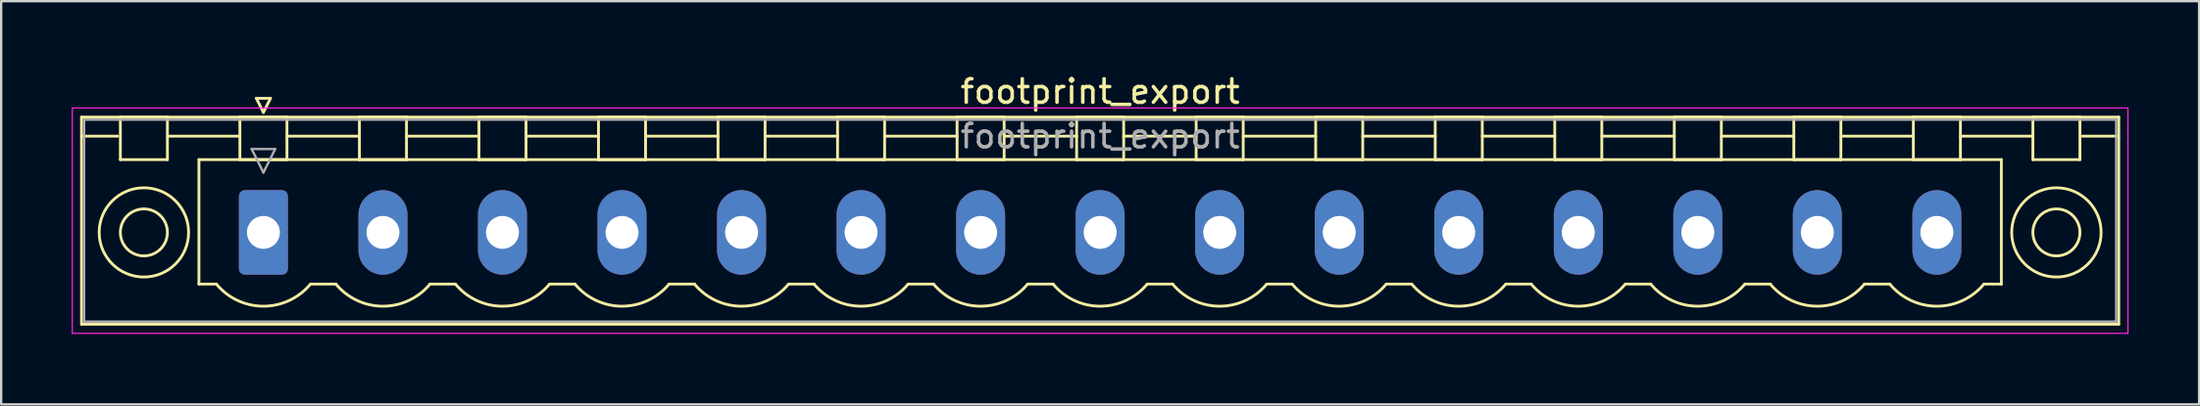
<source format=kicad_pcb>
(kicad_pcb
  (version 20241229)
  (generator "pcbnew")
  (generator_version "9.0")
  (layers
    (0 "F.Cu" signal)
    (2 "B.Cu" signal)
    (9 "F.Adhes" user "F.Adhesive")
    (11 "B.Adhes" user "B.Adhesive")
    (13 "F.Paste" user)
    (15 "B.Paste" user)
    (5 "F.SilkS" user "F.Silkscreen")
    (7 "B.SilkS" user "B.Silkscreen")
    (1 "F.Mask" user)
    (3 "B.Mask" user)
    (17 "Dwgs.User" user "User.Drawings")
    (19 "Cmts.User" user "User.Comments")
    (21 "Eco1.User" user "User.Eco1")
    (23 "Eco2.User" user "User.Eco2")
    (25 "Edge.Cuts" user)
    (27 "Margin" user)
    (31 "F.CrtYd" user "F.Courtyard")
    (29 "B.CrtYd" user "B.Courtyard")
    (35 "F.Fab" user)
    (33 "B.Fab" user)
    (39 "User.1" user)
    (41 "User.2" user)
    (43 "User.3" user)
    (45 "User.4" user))
  (footprint "footprint_export"
    (layer "F.Cu")
    (at 8.145 6.848)
    (property "Reference" "footprint_export" (at 35.56 -6 0) (layer "F.SilkS") (effects (font (size 1 1) (thickness 0.15))))
    (attr through_hole)
    (fp_line (start -7.73 -4.91) (end -7.73 3.91) (stroke (width 0.12) (type solid)) (layer "F.SilkS"))
    (fp_line (start -7.73 -4.1) (end -6.19 -4.1) (stroke (width 0.12) (type solid)) (layer "F.SilkS"))
    (fp_line (start -7.73 3.91) (end 78.85 3.91) (stroke (width 0.12) (type solid)) (layer "F.SilkS"))
    (fp_line (start -6.08 -4.91) (end -4.08 -4.91) (stroke (width 0.12) (type solid)) (layer "F.SilkS"))
    (fp_line (start -6.08 -3.1) (end -6.08 -4.91) (stroke (width 0.12) (type solid)) (layer "F.SilkS"))
    (fp_line (start -4.08 -4.91) (end -4.08 -3.1) (stroke (width 0.12) (type solid)) (layer "F.SilkS"))
    (fp_line (start -4.08 -4.1) (end -1 -4.1) (stroke (width 0.12) (type solid)) (layer "F.SilkS"))
    (fp_line (start -4.08 -3.1) (end -6.08 -3.1) (stroke (width 0.12) (type solid)) (layer "F.SilkS"))
    (fp_line (start -2.74 -3.1) (end 73.86 -3.1) (stroke (width 0.12) (type solid)) (layer "F.SilkS"))
    (fp_line (start -2.74 2.2) (end -2.74 -3.1) (stroke (width 0.12) (type solid)) (layer "F.SilkS"))
    (fp_line (start -2 2.2) (end -2.74 2.2) (stroke (width 0.12) (type solid)) (layer "F.SilkS"))
    (fp_line (start -1 -4.91) (end 1 -4.91) (stroke (width 0.12) (type solid)) (layer "F.SilkS"))
    (fp_line (start -1 -3.1) (end -1 -4.91) (stroke (width 0.12) (type solid)) (layer "F.SilkS"))
    (fp_line (start -0.3 -5.71) (end 0.3 -5.71) (stroke (width 0.12) (type solid)) (layer "F.SilkS"))
    (fp_line (start 0 -5.11) (end -0.3 -5.71) (stroke (width 0.12) (type solid)) (layer "F.SilkS"))
    (fp_line (start 0.3 -5.71) (end 0 -5.11) (stroke (width 0.12) (type solid)) (layer "F.SilkS"))
    (fp_line (start 1 -4.91) (end 1 -3.1) (stroke (width 0.12) (type solid)) (layer "F.SilkS"))
    (fp_line (start 1 -4.1) (end 4.08 -4.1) (stroke (width 0.12) (type solid)) (layer "F.SilkS"))
    (fp_line (start 1 -3.1) (end -1 -3.1) (stroke (width 0.12) (type solid)) (layer "F.SilkS"))
    (fp_line (start 2 2.2) (end 3.08 2.2) (stroke (width 0.12) (type solid)) (layer "F.SilkS"))
    (fp_line (start 4.08 -4.91) (end 6.08 -4.91) (stroke (width 0.12) (type solid)) (layer "F.SilkS"))
    (fp_line (start 4.08 -3.1) (end 4.08 -4.91) (stroke (width 0.12) (type solid)) (layer "F.SilkS"))
    (fp_line (start 6.08 -4.91) (end 6.08 -3.1) (stroke (width 0.12) (type solid)) (layer "F.SilkS"))
    (fp_line (start 6.08 -4.1) (end 9.16 -4.1) (stroke (width 0.12) (type solid)) (layer "F.SilkS"))
    (fp_line (start 6.08 -3.1) (end 4.08 -3.1) (stroke (width 0.12) (type solid)) (layer "F.SilkS"))
    (fp_line (start 7.08 2.2) (end 8.16 2.2) (stroke (width 0.12) (type solid)) (layer "F.SilkS"))
    (fp_line (start 9.16 -4.91) (end 11.16 -4.91) (stroke (width 0.12) (type solid)) (layer "F.SilkS"))
    (fp_line (start 9.16 -3.1) (end 9.16 -4.91) (stroke (width 0.12) (type solid)) (layer "F.SilkS"))
    (fp_line (start 11.16 -4.91) (end 11.16 -3.1) (stroke (width 0.12) (type solid)) (layer "F.SilkS"))
    (fp_line (start 11.16 -4.1) (end 14.24 -4.1) (stroke (width 0.12) (type solid)) (layer "F.SilkS"))
    (fp_line (start 11.16 -3.1) (end 9.16 -3.1) (stroke (width 0.12) (type solid)) (layer "F.SilkS"))
    (fp_line (start 12.16 2.2) (end 13.24 2.2) (stroke (width 0.12) (type solid)) (layer "F.SilkS"))
    (fp_line (start 14.24 -4.91) (end 16.24 -4.91) (stroke (width 0.12) (type solid)) (layer "F.SilkS"))
    (fp_line (start 14.24 -3.1) (end 14.24 -4.91) (stroke (width 0.12) (type solid)) (layer "F.SilkS"))
    (fp_line (start 16.24 -4.91) (end 16.24 -3.1) (stroke (width 0.12) (type solid)) (layer "F.SilkS"))
    (fp_line (start 16.24 -4.1) (end 19.32 -4.1) (stroke (width 0.12) (type solid)) (layer "F.SilkS"))
    (fp_line (start 16.24 -3.1) (end 14.24 -3.1) (stroke (width 0.12) (type solid)) (layer "F.SilkS"))
    (fp_line (start 17.24 2.2) (end 18.32 2.2) (stroke (width 0.12) (type solid)) (layer "F.SilkS"))
    (fp_line (start 19.32 -4.91) (end 21.32 -4.91) (stroke (width 0.12) (type solid)) (layer "F.SilkS"))
    (fp_line (start 19.32 -3.1) (end 19.32 -4.91) (stroke (width 0.12) (type solid)) (layer "F.SilkS"))
    (fp_line (start 21.32 -4.91) (end 21.32 -3.1) (stroke (width 0.12) (type solid)) (layer "F.SilkS"))
    (fp_line (start 21.32 -4.1) (end 24.4 -4.1) (stroke (width 0.12) (type solid)) (layer "F.SilkS"))
    (fp_line (start 21.32 -3.1) (end 19.32 -3.1) (stroke (width 0.12) (type solid)) (layer "F.SilkS"))
    (fp_line (start 22.32 2.2) (end 23.4 2.2) (stroke (width 0.12) (type solid)) (layer "F.SilkS"))
    (fp_line (start 24.4 -4.91) (end 26.4 -4.91) (stroke (width 0.12) (type solid)) (layer "F.SilkS"))
    (fp_line (start 24.4 -3.1) (end 24.4 -4.91) (stroke (width 0.12) (type solid)) (layer "F.SilkS"))
    (fp_line (start 26.4 -4.91) (end 26.4 -3.1) (stroke (width 0.12) (type solid)) (layer "F.SilkS"))
    (fp_line (start 26.4 -4.1) (end 29.48 -4.1) (stroke (width 0.12) (type solid)) (layer "F.SilkS"))
    (fp_line (start 26.4 -3.1) (end 24.4 -3.1) (stroke (width 0.12) (type solid)) (layer "F.SilkS"))
    (fp_line (start 27.4 2.2) (end 28.48 2.2) (stroke (width 0.12) (type solid)) (layer "F.SilkS"))
    (fp_line (start 29.48 -4.91) (end 31.48 -4.91) (stroke (width 0.12) (type solid)) (layer "F.SilkS"))
    (fp_line (start 29.48 -3.1) (end 29.48 -4.91) (stroke (width 0.12) (type solid)) (layer "F.SilkS"))
    (fp_line (start 31.48 -4.91) (end 31.48 -3.1) (stroke (width 0.12) (type solid)) (layer "F.SilkS"))
    (fp_line (start 31.48 -4.1) (end 34.56 -4.1) (stroke (width 0.12) (type solid)) (layer "F.SilkS"))
    (fp_line (start 31.48 -3.1) (end 29.48 -3.1) (stroke (width 0.12) (type solid)) (layer "F.SilkS"))
    (fp_line (start 32.48 2.2) (end 33.56 2.2) (stroke (width 0.12) (type solid)) (layer "F.SilkS"))
    (fp_line (start 34.56 -4.91) (end 36.56 -4.91) (stroke (width 0.12) (type solid)) (layer "F.SilkS"))
    (fp_line (start 34.56 -3.1) (end 34.56 -4.91) (stroke (width 0.12) (type solid)) (layer "F.SilkS"))
    (fp_line (start 36.56 -4.91) (end 36.56 -3.1) (stroke (width 0.12) (type solid)) (layer "F.SilkS"))
    (fp_line (start 36.56 -4.1) (end 39.64 -4.1) (stroke (width 0.12) (type solid)) (layer "F.SilkS"))
    (fp_line (start 36.56 -3.1) (end 34.56 -3.1) (stroke (width 0.12) (type solid)) (layer "F.SilkS"))
    (fp_line (start 37.56 2.2) (end 38.64 2.2) (stroke (width 0.12) (type solid)) (layer "F.SilkS"))
    (fp_line (start 39.64 -4.91) (end 41.64 -4.91) (stroke (width 0.12) (type solid)) (layer "F.SilkS"))
    (fp_line (start 39.64 -3.1) (end 39.64 -4.91) (stroke (width 0.12) (type solid)) (layer "F.SilkS"))
    (fp_line (start 41.64 -4.91) (end 41.64 -3.1) (stroke (width 0.12) (type solid)) (layer "F.SilkS"))
    (fp_line (start 41.64 -4.1) (end 44.72 -4.1) (stroke (width 0.12) (type solid)) (layer "F.SilkS"))
    (fp_line (start 41.64 -3.1) (end 39.64 -3.1) (stroke (width 0.12) (type solid)) (layer "F.SilkS"))
    (fp_line (start 42.64 2.2) (end 43.72 2.2) (stroke (width 0.12) (type solid)) (layer "F.SilkS"))
    (fp_line (start 44.72 -4.91) (end 46.72 -4.91) (stroke (width 0.12) (type solid)) (layer "F.SilkS"))
    (fp_line (start 44.72 -3.1) (end 44.72 -4.91) (stroke (width 0.12) (type solid)) (layer "F.SilkS"))
    (fp_line (start 46.72 -4.91) (end 46.72 -3.1) (stroke (width 0.12) (type solid)) (layer "F.SilkS"))
    (fp_line (start 46.72 -4.1) (end 49.8 -4.1) (stroke (width 0.12) (type solid)) (layer "F.SilkS"))
    (fp_line (start 46.72 -3.1) (end 44.72 -3.1) (stroke (width 0.12) (type solid)) (layer "F.SilkS"))
    (fp_line (start 47.72 2.2) (end 48.8 2.2) (stroke (width 0.12) (type solid)) (layer "F.SilkS"))
    (fp_line (start 49.8 -4.91) (end 51.8 -4.91) (stroke (width 0.12) (type solid)) (layer "F.SilkS"))
    (fp_line (start 49.8 -3.1) (end 49.8 -4.91) (stroke (width 0.12) (type solid)) (layer "F.SilkS"))
    (fp_line (start 51.8 -4.91) (end 51.8 -3.1) (stroke (width 0.12) (type solid)) (layer "F.SilkS"))
    (fp_line (start 51.8 -4.1) (end 54.88 -4.1) (stroke (width 0.12) (type solid)) (layer "F.SilkS"))
    (fp_line (start 51.8 -3.1) (end 49.8 -3.1) (stroke (width 0.12) (type solid)) (layer "F.SilkS"))
    (fp_line (start 52.8 2.2) (end 53.88 2.2) (stroke (width 0.12) (type solid)) (layer "F.SilkS"))
    (fp_line (start 54.88 -4.91) (end 56.88 -4.91) (stroke (width 0.12) (type solid)) (layer "F.SilkS"))
    (fp_line (start 54.88 -3.1) (end 54.88 -4.91) (stroke (width 0.12) (type solid)) (layer "F.SilkS"))
    (fp_line (start 56.88 -4.91) (end 56.88 -3.1) (stroke (width 0.12) (type solid)) (layer "F.SilkS"))
    (fp_line (start 56.88 -4.1) (end 59.96 -4.1) (stroke (width 0.12) (type solid)) (layer "F.SilkS"))
    (fp_line (start 56.88 -3.1) (end 54.88 -3.1) (stroke (width 0.12) (type solid)) (layer "F.SilkS"))
    (fp_line (start 57.88 2.2) (end 58.96 2.2) (stroke (width 0.12) (type solid)) (layer "F.SilkS"))
    (fp_line (start 59.96 -4.91) (end 61.96 -4.91) (stroke (width 0.12) (type solid)) (layer "F.SilkS"))
    (fp_line (start 59.96 -3.1) (end 59.96 -4.91) (stroke (width 0.12) (type solid)) (layer "F.SilkS"))
    (fp_line (start 61.96 -4.91) (end 61.96 -3.1) (stroke (width 0.12) (type solid)) (layer "F.SilkS"))
    (fp_line (start 61.96 -4.1) (end 65.04 -4.1) (stroke (width 0.12) (type solid)) (layer "F.SilkS"))
    (fp_line (start 61.96 -3.1) (end 59.96 -3.1) (stroke (width 0.12) (type solid)) (layer "F.SilkS"))
    (fp_line (start 62.96 2.2) (end 64.04 2.2) (stroke (width 0.12) (type solid)) (layer "F.SilkS"))
    (fp_line (start 65.04 -4.91) (end 67.04 -4.91) (stroke (width 0.12) (type solid)) (layer "F.SilkS"))
    (fp_line (start 65.04 -3.1) (end 65.04 -4.91) (stroke (width 0.12) (type solid)) (layer "F.SilkS"))
    (fp_line (start 67.04 -4.91) (end 67.04 -3.1) (stroke (width 0.12) (type solid)) (layer "F.SilkS"))
    (fp_line (start 67.04 -4.1) (end 70.12 -4.1) (stroke (width 0.12) (type solid)) (layer "F.SilkS"))
    (fp_line (start 67.04 -3.1) (end 65.04 -3.1) (stroke (width 0.12) (type solid)) (layer "F.SilkS"))
    (fp_line (start 68.04 2.2) (end 69.12 2.2) (stroke (width 0.12) (type solid)) (layer "F.SilkS"))
    (fp_line (start 70.12 -4.91) (end 72.12 -4.91) (stroke (width 0.12) (type solid)) (layer "F.SilkS"))
    (fp_line (start 70.12 -3.1) (end 70.12 -4.91) (stroke (width 0.12) (type solid)) (layer "F.SilkS"))
    (fp_line (start 72.12 -4.91) (end 72.12 -3.1) (stroke (width 0.12) (type solid)) (layer "F.SilkS"))
    (fp_line (start 72.12 -4.1) (end 75.2 -4.1) (stroke (width 0.12) (type solid)) (layer "F.SilkS"))
    (fp_line (start 72.12 -3.1) (end 70.12 -3.1) (stroke (width 0.12) (type solid)) (layer "F.SilkS"))
    (fp_line (start 73.86 -3.1) (end 73.86 2.2) (stroke (width 0.12) (type solid)) (layer "F.SilkS"))
    (fp_line (start 73.86 2.2) (end 73.12 2.2) (stroke (width 0.12) (type solid)) (layer "F.SilkS"))
    (fp_line (start 75.2 -4.91) (end 77.2 -4.91) (stroke (width 0.12) (type solid)) (layer "F.SilkS"))
    (fp_line (start 75.2 -3.1) (end 75.2 -4.91) (stroke (width 0.12) (type solid)) (layer "F.SilkS"))
    (fp_line (start 77.2 -4.91) (end 77.2 -3.1) (stroke (width 0.12) (type solid)) (layer "F.SilkS"))
    (fp_line (start 77.2 -3.1) (end 75.2 -3.1) (stroke (width 0.12) (type solid)) (layer "F.SilkS"))
    (fp_line (start 78.85 -4.91) (end -7.73 -4.91) (stroke (width 0.12) (type solid)) (layer "F.SilkS"))
    (fp_line (start 78.85 -4.1) (end 77.31 -4.1) (stroke (width 0.12) (type solid)) (layer "F.SilkS"))
    (fp_line (start 78.85 3.91) (end 78.85 -4.91) (stroke (width 0.12) (type solid)) (layer "F.SilkS"))
    (fp_arc (start 1.986842 2.215821) (mid -0.010289 3.142758) (end -2 2.2) (stroke (width 0.12) (type solid)) (layer "F.SilkS"))
    (fp_arc (start 7.066842 2.215821) (mid 5.069711 3.142758) (end 3.08 2.2) (stroke (width 0.12) (type solid)) (layer "F.SilkS"))
    (fp_arc (start 12.146842 2.215821) (mid 10.149711 3.142758) (end 8.16 2.2) (stroke (width 0.12) (type solid)) (layer "F.SilkS"))
    (fp_arc (start 17.226842 2.215821) (mid 15.229711 3.142758) (end 13.24 2.2) (stroke (width 0.12) (type solid)) (layer "F.SilkS"))
    (fp_arc (start 22.306842 2.215821) (mid 20.309711 3.142758) (end 18.32 2.2) (stroke (width 0.12) (type solid)) (layer "F.SilkS"))
    (fp_arc (start 27.386842 2.215821) (mid 25.389711 3.142758) (end 23.4 2.2) (stroke (width 0.12) (type solid)) (layer "F.SilkS"))
    (fp_arc (start 32.466842 2.215821) (mid 30.469711 3.142758) (end 28.48 2.2) (stroke (width 0.12) (type solid)) (layer "F.SilkS"))
    (fp_arc (start 37.546842 2.215821) (mid 35.549711 3.142758) (end 33.56 2.2) (stroke (width 0.12) (type solid)) (layer "F.SilkS"))
    (fp_arc (start 42.626842 2.215821) (mid 40.629711 3.142758) (end 38.64 2.2) (stroke (width 0.12) (type solid)) (layer "F.SilkS"))
    (fp_arc (start 47.706842 2.215821) (mid 45.709711 3.142758) (end 43.72 2.2) (stroke (width 0.12) (type solid)) (layer "F.SilkS"))
    (fp_arc (start 52.786842 2.215821) (mid 50.789711 3.142758) (end 48.8 2.2) (stroke (width 0.12) (type solid)) (layer "F.SilkS"))
    (fp_arc (start 57.866842 2.215821) (mid 55.869711 3.142758) (end 53.88 2.2) (stroke (width 0.12) (type solid)) (layer "F.SilkS"))
    (fp_arc (start 62.946842 2.215821) (mid 60.949711 3.142758) (end 58.96 2.2) (stroke (width 0.12) (type solid)) (layer "F.SilkS"))
    (fp_arc (start 68.026842 2.215821) (mid 66.029711 3.142758) (end 64.04 2.2) (stroke (width 0.12) (type solid)) (layer "F.SilkS"))
    (fp_arc (start 73.106842 2.215821) (mid 71.109711 3.142758) (end 69.12 2.2) (stroke (width 0.12) (type solid)) (layer "F.SilkS"))
    (fp_circle (center -5.08 0) (end -4.08 0) (stroke (width 0.12) (type solid)) (fill no) (layer "F.SilkS"))
    (fp_circle (center -5.08 0) (end -3.18 0) (stroke (width 0.12) (type solid)) (fill no) (layer "F.SilkS"))
    (fp_circle (center 76.2 0) (end 77.2 0) (stroke (width 0.12) (type solid)) (fill no) (layer "F.SilkS"))
    (fp_circle (center 76.2 0) (end 78.1 0) (stroke (width 0.12) (type solid)) (fill no) (layer "F.SilkS"))
    (fp_line (start -8.12 -5.3) (end -8.12 4.3) (stroke (width 0.05) (type solid)) (layer "F.CrtYd"))
    (fp_line (start -8.12 4.3) (end 79.24 4.3) (stroke (width 0.05) (type solid)) (layer "F.CrtYd"))
    (fp_line (start 79.24 -5.3) (end -8.12 -5.3) (stroke (width 0.05) (type solid)) (layer "F.CrtYd"))
    (fp_line (start 79.24 4.3) (end 79.24 -5.3) (stroke (width 0.05) (type solid)) (layer "F.CrtYd"))
    (fp_line (start -7.62 -4.8) (end -7.62 3.8) (stroke (width 0.1) (type solid)) (layer "F.Fab"))
    (fp_line (start -7.62 3.8) (end 78.74 3.8) (stroke (width 0.1) (type solid)) (layer "F.Fab"))
    (fp_line (start -0.5 -3.55) (end 0.5 -3.55) (stroke (width 0.1) (type solid)) (layer "F.Fab"))
    (fp_line (start 0 -2.55) (end -0.5 -3.55) (stroke (width 0.1) (type solid)) (layer "F.Fab"))
    (fp_line (start 0.5 -3.55) (end 0 -2.55) (stroke (width 0.1) (type solid)) (layer "F.Fab"))
    (fp_line (start 78.74 -4.8) (end -7.62 -4.8) (stroke (width 0.1) (type solid)) (layer "F.Fab"))
    (fp_line (start 78.74 3.8) (end 78.74 -4.8) (stroke (width 0.1) (type solid)) (layer "F.Fab"))
    (fp_text user "${REFERENCE}" (at 35.56 -4.1 0) (layer "F.Fab") (effects (font (size 1 1) (thickness 0.15))))
    (pad "1" thru_hole roundrect (at 0 0) (size 2.08 3.6) (drill 1.4) (layers "*.Cu" "*.Mask") (roundrect_rratio 0.12))
    (pad "2" thru_hole oval (at 5.08 0) (size 2.08 3.6) (drill 1.4) (layers "*.Cu" "*.Mask"))
    (pad "3" thru_hole oval (at 10.16 0) (size 2.08 3.6) (drill 1.4) (layers "*.Cu" "*.Mask"))
    (pad "4" thru_hole oval (at 15.24 0) (size 2.08 3.6) (drill 1.4) (layers "*.Cu" "*.Mask"))
    (pad "5" thru_hole oval (at 20.32 0) (size 2.08 3.6) (drill 1.4) (layers "*.Cu" "*.Mask"))
    (pad "6" thru_hole oval (at 25.4 0) (size 2.08 3.6) (drill 1.4) (layers "*.Cu" "*.Mask"))
    (pad "7" thru_hole oval (at 30.48 0) (size 2.08 3.6) (drill 1.4) (layers "*.Cu" "*.Mask"))
    (pad "8" thru_hole oval (at 35.56 0) (size 2.08 3.6) (drill 1.4) (layers "*.Cu" "*.Mask"))
    (pad "9" thru_hole oval (at 40.64 0) (size 2.08 3.6) (drill 1.4) (layers "*.Cu" "*.Mask"))
    (pad "10" thru_hole oval (at 45.72 0) (size 2.08 3.6) (drill 1.4) (layers "*.Cu" "*.Mask"))
    (pad "11" thru_hole oval (at 50.8 0) (size 2.08 3.6) (drill 1.4) (layers "*.Cu" "*.Mask"))
    (pad "12" thru_hole oval (at 55.88 0) (size 2.08 3.6) (drill 1.4) (layers "*.Cu" "*.Mask"))
    (pad "13" thru_hole oval (at 60.96 0) (size 2.08 3.6) (drill 1.4) (layers "*.Cu" "*.Mask"))
    (pad "14" thru_hole oval (at 66.04 0) (size 2.08 3.6) (drill 1.4) (layers "*.Cu" "*.Mask"))
    (pad "15" thru_hole oval (at 71.12 0) (size 2.08 3.6) (drill 1.4) (layers "*.Cu" "*.Mask")))
  (gr_rect
    (start -3 -3)
    (end 90.41 14.173)
    (stroke (width 0.1) (type default))
    (fill no)
    (layer "Edge.Cuts")))
</source>
